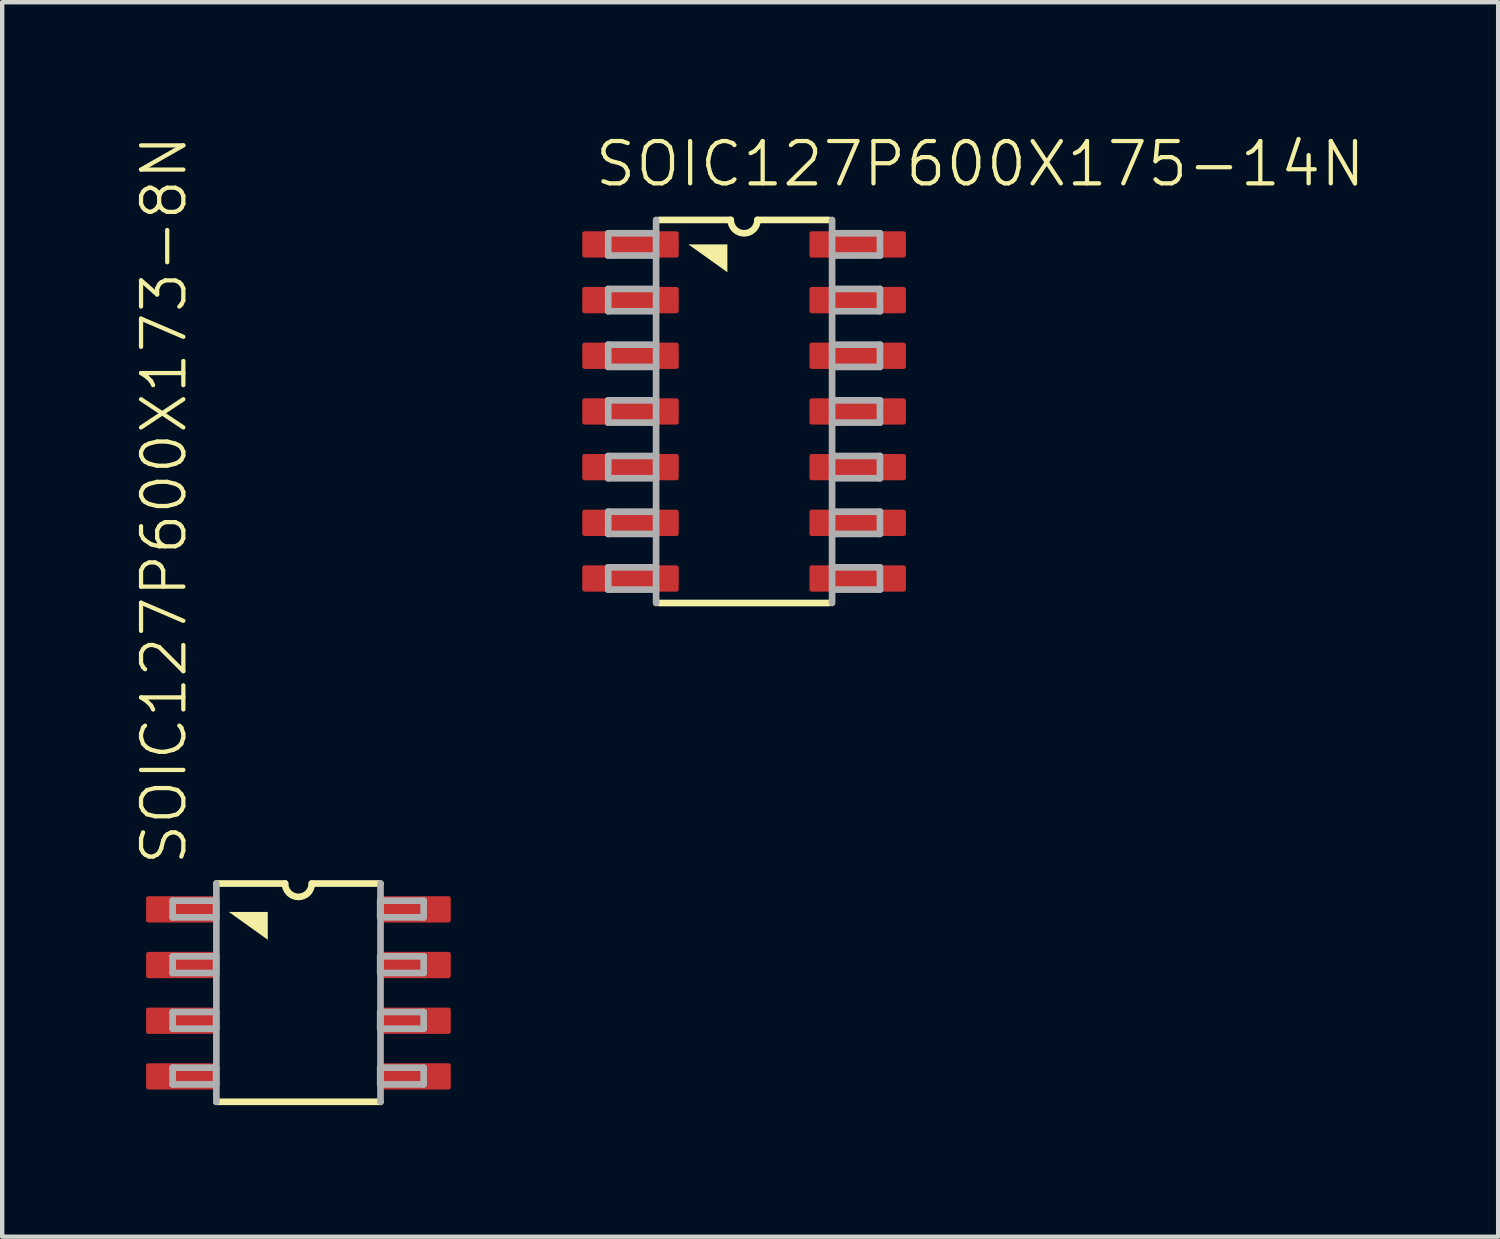
<source format=kicad_pcb>
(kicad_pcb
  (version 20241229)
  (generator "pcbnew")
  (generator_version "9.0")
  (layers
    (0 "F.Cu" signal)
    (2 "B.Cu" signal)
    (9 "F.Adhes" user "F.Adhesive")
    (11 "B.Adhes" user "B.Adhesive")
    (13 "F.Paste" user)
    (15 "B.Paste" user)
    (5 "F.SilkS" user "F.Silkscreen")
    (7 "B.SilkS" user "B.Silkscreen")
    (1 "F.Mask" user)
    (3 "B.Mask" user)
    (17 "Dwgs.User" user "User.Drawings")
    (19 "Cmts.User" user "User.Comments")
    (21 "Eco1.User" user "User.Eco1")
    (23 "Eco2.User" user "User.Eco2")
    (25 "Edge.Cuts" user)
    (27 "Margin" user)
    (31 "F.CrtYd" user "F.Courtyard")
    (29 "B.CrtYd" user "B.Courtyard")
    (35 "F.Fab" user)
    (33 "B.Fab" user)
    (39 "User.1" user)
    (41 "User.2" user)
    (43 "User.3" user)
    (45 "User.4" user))
  (footprint "SOIC127P600X173-8N"
    (layer "F.Cu")
    (at 3.757 19.592)
    (property "Reference" "SOIC127P600X173-8N" (at -2.502 -2.857 270) (layer "F.SilkS") (effects (font (size 0.965 0.965) (thickness 0.097)) (justify left bottom)))
    (attr through_hole)
    (fp_line (start -1.872 2.489) (end 1.872 2.489) (stroke (width 0.152) (type solid)) (layer "F.SilkS"))
    (fp_line (start -0.305 -2.489) (end -1.872 -2.489) (stroke (width 0.152) (type solid)) (layer "F.SilkS"))
    (fp_line (start 1.872 -2.489) (end 0.305 -2.489) (stroke (width 0.152) (type solid)) (layer "F.SilkS"))
    (fp_arc (start 0.3048 -2.4892) (mid 0 -2.1844) (end -0.3048 -2.4892) (stroke (width 0.1524) (type solid)) (layer "F.SilkS"))
    (fp_poly (pts (xy -1.587 -1.841) (xy -0.699 -1.841) (xy -0.699 -1.206)) (stroke (width 0) (type solid)) (fill yes) (layer "F.SilkS"))
    (fp_line (start -2.869 -2.099) (end -2.869 -1.718) (stroke (width 0.152) (type solid)) (layer "F.Fab"))
    (fp_line (start -2.869 -1.718) (end -1.878 -1.718) (stroke (width 0.152) (type solid)) (layer "F.Fab"))
    (fp_line (start -2.869 -0.829) (end -2.869 -0.448) (stroke (width 0.152) (type solid)) (layer "F.Fab"))
    (fp_line (start -2.869 -0.448) (end -1.878 -0.448) (stroke (width 0.152) (type solid)) (layer "F.Fab"))
    (fp_line (start -2.869 0.441) (end -2.869 0.822) (stroke (width 0.152) (type solid)) (layer "F.Fab"))
    (fp_line (start -2.869 0.822) (end -1.878 0.822) (stroke (width 0.152) (type solid)) (layer "F.Fab"))
    (fp_line (start -2.869 1.711) (end -2.869 2.092) (stroke (width 0.152) (type solid)) (layer "F.Fab"))
    (fp_line (start -2.869 2.092) (end -1.878 2.092) (stroke (width 0.152) (type solid)) (layer "F.Fab"))
    (fp_line (start -1.878 -2.099) (end -2.869 -2.099) (stroke (width 0.152) (type solid)) (layer "F.Fab"))
    (fp_line (start -1.878 -1.718) (end -1.878 -2.099) (stroke (width 0.152) (type solid)) (layer "F.Fab"))
    (fp_line (start -1.878 -0.829) (end -2.869 -0.829) (stroke (width 0.152) (type solid)) (layer "F.Fab"))
    (fp_line (start -1.878 -0.448) (end -1.878 -0.829) (stroke (width 0.152) (type solid)) (layer "F.Fab"))
    (fp_line (start -1.878 0.441) (end -2.869 0.441) (stroke (width 0.152) (type solid)) (layer "F.Fab"))
    (fp_line (start -1.878 0.822) (end -1.878 0.441) (stroke (width 0.152) (type solid)) (layer "F.Fab"))
    (fp_line (start -1.878 1.711) (end -2.869 1.711) (stroke (width 0.152) (type solid)) (layer "F.Fab"))
    (fp_line (start -1.878 2.092) (end -1.878 1.711) (stroke (width 0.152) (type solid)) (layer "F.Fab"))
    (fp_line (start -1.872 2.489) (end -1.872 -2.489) (stroke (width 0.152) (type solid)) (layer "F.Fab"))
    (fp_line (start 1.865 -2.099) (end 1.865 -1.718) (stroke (width 0.152) (type solid)) (layer "F.Fab"))
    (fp_line (start 1.865 -1.718) (end 2.856 -1.718) (stroke (width 0.152) (type solid)) (layer "F.Fab"))
    (fp_line (start 1.865 -0.829) (end 1.865 -0.448) (stroke (width 0.152) (type solid)) (layer "F.Fab"))
    (fp_line (start 1.865 -0.448) (end 2.856 -0.448) (stroke (width 0.152) (type solid)) (layer "F.Fab"))
    (fp_line (start 1.865 0.441) (end 1.865 0.822) (stroke (width 0.152) (type solid)) (layer "F.Fab"))
    (fp_line (start 1.865 0.822) (end 2.856 0.822) (stroke (width 0.152) (type solid)) (layer "F.Fab"))
    (fp_line (start 1.865 1.711) (end 1.865 2.092) (stroke (width 0.152) (type solid)) (layer "F.Fab"))
    (fp_line (start 1.865 2.092) (end 2.856 2.092) (stroke (width 0.152) (type solid)) (layer "F.Fab"))
    (fp_line (start 1.872 2.489) (end 1.872 -2.489) (stroke (width 0.152) (type solid)) (layer "F.Fab"))
    (fp_line (start 2.856 -2.099) (end 1.865 -2.099) (stroke (width 0.152) (type solid)) (layer "F.Fab"))
    (fp_line (start 2.856 -1.718) (end 2.856 -2.099) (stroke (width 0.152) (type solid)) (layer "F.Fab"))
    (fp_line (start 2.856 -0.829) (end 1.865 -0.829) (stroke (width 0.152) (type solid)) (layer "F.Fab"))
    (fp_line (start 2.856 -0.448) (end 2.856 -0.829) (stroke (width 0.152) (type solid)) (layer "F.Fab"))
    (fp_line (start 2.856 0.441) (end 1.865 0.441) (stroke (width 0.152) (type solid)) (layer "F.Fab"))
    (fp_line (start 2.856 0.822) (end 2.856 0.441) (stroke (width 0.152) (type solid)) (layer "F.Fab"))
    (fp_line (start 2.856 1.711) (end 1.865 1.711) (stroke (width 0.152) (type solid)) (layer "F.Fab"))
    (fp_line (start 2.856 2.092) (end 2.856 1.711) (stroke (width 0.152) (type solid)) (layer "F.Fab"))
    (pad "1" smd roundrect (at -2.7 -1.9) (size 1.55 0.6) (layers "F.Cu" "F.Mask" "F.Paste") (roundrect_rratio 0.085))
    (pad "2" smd roundrect (at -2.7 -0.63) (size 1.55 0.6) (layers "F.Cu" "F.Mask" "F.Paste") (roundrect_rratio 0.085))
    (pad "3" smd roundrect (at -2.7 0.64) (size 1.55 0.6) (layers "F.Cu" "F.Mask" "F.Paste") (roundrect_rratio 0.085))
    (pad "4" smd roundrect (at -2.7 1.91) (size 1.55 0.6) (layers "F.Cu" "F.Mask" "F.Paste") (roundrect_rratio 0.085))
    (pad "5" smd roundrect (at 2.7 1.91) (size 1.55 0.6) (layers "F.Cu" "F.Mask" "F.Paste") (roundrect_rratio 0.085))
    (pad "6" smd roundrect (at 2.7 0.64) (size 1.55 0.6) (layers "F.Cu" "F.Mask" "F.Paste") (roundrect_rratio 0.085))
    (pad "7" smd roundrect (at 2.7 -0.63) (size 1.55 0.6) (layers "F.Cu" "F.Mask" "F.Paste") (roundrect_rratio 0.085))
    (pad "8" smd roundrect (at 2.7 -1.9) (size 1.55 0.6) (layers "F.Cu" "F.Mask" "F.Paste") (roundrect_rratio 0.085)))
  (footprint "SOIC127P600X175-14N"
    (layer "F.Cu")
    (at 13.922 6.335)
    (property "Reference" "SOIC127P600X175-14N" (at -3.454 -5.08 180) (layer "F.SilkS") (effects (font (size 0.965 0.965) (thickness 0.097)) (justify left bottom)))
    (attr through_hole)
    (fp_line (start -1.93 4.369) (end 1.93 4.369) (stroke (width 0.152) (type solid)) (layer "F.SilkS"))
    (fp_line (start -0.305 -4.369) (end -1.93 -4.369) (stroke (width 0.152) (type solid)) (layer "F.SilkS"))
    (fp_line (start 1.93 -4.369) (end 0.305 -4.369) (stroke (width 0.152) (type solid)) (layer "F.SilkS"))
    (fp_arc (start 0.3048 -4.3688) (mid 0 -4.064) (end -0.3048 -4.3688) (stroke (width 0.1524) (type solid)) (layer "F.SilkS"))
    (fp_poly (pts (xy -1.27 -3.81) (xy -0.381 -3.81) (xy -0.381 -3.175)) (stroke (width 0) (type solid)) (fill yes) (layer "F.SilkS"))
    (fp_line (start -3.099 -4.064) (end -3.099 -3.556) (stroke (width 0.152) (type solid)) (layer "F.Fab"))
    (fp_line (start -3.099 -3.556) (end -2.007 -3.556) (stroke (width 0.152) (type solid)) (layer "F.Fab"))
    (fp_line (start -3.099 -2.794) (end -3.099 -2.286) (stroke (width 0.152) (type solid)) (layer "F.Fab"))
    (fp_line (start -3.099 -2.286) (end -2.007 -2.286) (stroke (width 0.152) (type solid)) (layer "F.Fab"))
    (fp_line (start -3.099 -1.524) (end -3.099 -1.016) (stroke (width 0.152) (type solid)) (layer "F.Fab"))
    (fp_line (start -3.099 -1.016) (end -2.007 -1.016) (stroke (width 0.152) (type solid)) (layer "F.Fab"))
    (fp_line (start -3.099 -0.254) (end -3.099 0.254) (stroke (width 0.152) (type solid)) (layer "F.Fab"))
    (fp_line (start -3.099 0.254) (end -2.007 0.254) (stroke (width 0.152) (type solid)) (layer "F.Fab"))
    (fp_line (start -3.099 1.016) (end -3.099 1.524) (stroke (width 0.152) (type solid)) (layer "F.Fab"))
    (fp_line (start -3.099 1.524) (end -2.007 1.524) (stroke (width 0.152) (type solid)) (layer "F.Fab"))
    (fp_line (start -3.099 2.286) (end -3.099 2.794) (stroke (width 0.152) (type solid)) (layer "F.Fab"))
    (fp_line (start -3.099 2.794) (end -2.007 2.794) (stroke (width 0.152) (type solid)) (layer "F.Fab"))
    (fp_line (start -3.099 3.556) (end -3.099 4.064) (stroke (width 0.152) (type solid)) (layer "F.Fab"))
    (fp_line (start -3.099 4.064) (end -2.007 4.064) (stroke (width 0.152) (type solid)) (layer "F.Fab"))
    (fp_line (start -2.007 -4.369) (end -2.007 4.369) (stroke (width 0.152) (type solid)) (layer "F.Fab"))
    (fp_line (start -2.007 -4.064) (end -3.099 -4.064) (stroke (width 0.152) (type solid)) (layer "F.Fab"))
    (fp_line (start -2.007 -3.556) (end -2.007 -4.064) (stroke (width 0.1) (type solid)) (layer "F.Fab"))
    (fp_line (start -2.007 -2.794) (end -3.099 -2.794) (stroke (width 0.152) (type solid)) (layer "F.Fab"))
    (fp_line (start -2.007 -2.286) (end -2.007 -2.794) (stroke (width 0.1) (type solid)) (layer "F.Fab"))
    (fp_line (start -2.007 -1.524) (end -3.099 -1.524) (stroke (width 0.152) (type solid)) (layer "F.Fab"))
    (fp_line (start -2.007 -1.016) (end -2.007 -1.524) (stroke (width 0.1) (type solid)) (layer "F.Fab"))
    (fp_line (start -2.007 -0.254) (end -3.099 -0.254) (stroke (width 0.152) (type solid)) (layer "F.Fab"))
    (fp_line (start -2.007 0.254) (end -2.007 -0.254) (stroke (width 0.1) (type solid)) (layer "F.Fab"))
    (fp_line (start -2.007 1.016) (end -3.099 1.016) (stroke (width 0.152) (type solid)) (layer "F.Fab"))
    (fp_line (start -2.007 1.524) (end -2.007 1.016) (stroke (width 0.1) (type solid)) (layer "F.Fab"))
    (fp_line (start -2.007 2.286) (end -3.099 2.286) (stroke (width 0.152) (type solid)) (layer "F.Fab"))
    (fp_line (start -2.007 2.794) (end -2.007 2.286) (stroke (width 0.1) (type solid)) (layer "F.Fab"))
    (fp_line (start -2.007 3.556) (end -3.099 3.556) (stroke (width 0.152) (type solid)) (layer "F.Fab"))
    (fp_line (start -2.007 4.064) (end -2.007 3.556) (stroke (width 0.1) (type solid)) (layer "F.Fab"))
    (fp_line (start 2.007 -4.064) (end 2.007 -3.556) (stroke (width 0.1) (type solid)) (layer "F.Fab"))
    (fp_line (start 2.007 -3.556) (end 3.099 -3.556) (stroke (width 0.152) (type solid)) (layer "F.Fab"))
    (fp_line (start 2.007 -2.794) (end 2.007 -2.286) (stroke (width 0.1) (type solid)) (layer "F.Fab"))
    (fp_line (start 2.007 -2.286) (end 3.099 -2.286) (stroke (width 0.152) (type solid)) (layer "F.Fab"))
    (fp_line (start 2.007 -1.524) (end 2.007 -1.016) (stroke (width 0.1) (type solid)) (layer "F.Fab"))
    (fp_line (start 2.007 -1.016) (end 3.099 -1.016) (stroke (width 0.152) (type solid)) (layer "F.Fab"))
    (fp_line (start 2.007 -0.254) (end 2.007 0.254) (stroke (width 0.1) (type solid)) (layer "F.Fab"))
    (fp_line (start 2.007 0.254) (end 3.099 0.254) (stroke (width 0.152) (type solid)) (layer "F.Fab"))
    (fp_line (start 2.007 1.016) (end 2.007 1.524) (stroke (width 0.1) (type solid)) (layer "F.Fab"))
    (fp_line (start 2.007 1.524) (end 3.099 1.524) (stroke (width 0.152) (type solid)) (layer "F.Fab"))
    (fp_line (start 2.007 2.286) (end 2.007 2.794) (stroke (width 0.1) (type solid)) (layer "F.Fab"))
    (fp_line (start 2.007 2.794) (end 3.099 2.794) (stroke (width 0.152) (type solid)) (layer "F.Fab"))
    (fp_line (start 2.007 3.556) (end 2.007 4.064) (stroke (width 0.1) (type solid)) (layer "F.Fab"))
    (fp_line (start 2.007 4.064) (end 3.099 4.064) (stroke (width 0.152) (type solid)) (layer "F.Fab"))
    (fp_line (start 2.007 4.369) (end 2.007 -4.369) (stroke (width 0.152) (type solid)) (layer "F.Fab"))
    (fp_line (start 3.099 -4.064) (end 2.007 -4.064) (stroke (width 0.152) (type solid)) (layer "F.Fab"))
    (fp_line (start 3.099 -3.556) (end 3.099 -4.064) (stroke (width 0.152) (type solid)) (layer "F.Fab"))
    (fp_line (start 3.099 -2.794) (end 2.007 -2.794) (stroke (width 0.152) (type solid)) (layer "F.Fab"))
    (fp_line (start 3.099 -2.286) (end 3.099 -2.794) (stroke (width 0.152) (type solid)) (layer "F.Fab"))
    (fp_line (start 3.099 -1.524) (end 2.007 -1.524) (stroke (width 0.152) (type solid)) (layer "F.Fab"))
    (fp_line (start 3.099 -1.016) (end 3.099 -1.524) (stroke (width 0.152) (type solid)) (layer "F.Fab"))
    (fp_line (start 3.099 -0.254) (end 2.007 -0.254) (stroke (width 0.152) (type solid)) (layer "F.Fab"))
    (fp_line (start 3.099 0.254) (end 3.099 -0.254) (stroke (width 0.152) (type solid)) (layer "F.Fab"))
    (fp_line (start 3.099 1.016) (end 2.007 1.016) (stroke (width 0.152) (type solid)) (layer "F.Fab"))
    (fp_line (start 3.099 1.524) (end 3.099 1.016) (stroke (width 0.152) (type solid)) (layer "F.Fab"))
    (fp_line (start 3.099 2.286) (end 2.007 2.286) (stroke (width 0.152) (type solid)) (layer "F.Fab"))
    (fp_line (start 3.099 2.794) (end 3.099 2.286) (stroke (width 0.152) (type solid)) (layer "F.Fab"))
    (fp_line (start 3.099 3.556) (end 2.007 3.556) (stroke (width 0.152) (type solid)) (layer "F.Fab"))
    (fp_line (start 3.099 4.064) (end 3.099 3.556) (stroke (width 0.152) (type solid)) (layer "F.Fab"))
    (pad "1" smd roundrect (at -2.591 -3.81) (size 2.2 0.6) (layers "F.Cu" "F.Mask" "F.Paste") (roundrect_rratio 0.085))
    (pad "2" smd roundrect (at -2.591 -2.54) (size 2.2 0.6) (layers "F.Cu" "F.Mask" "F.Paste") (roundrect_rratio 0.085))
    (pad "3" smd roundrect (at -2.591 -1.27) (size 2.2 0.6) (layers "F.Cu" "F.Mask" "F.Paste") (roundrect_rratio 0.085))
    (pad "4" smd roundrect (at -2.591 0) (size 2.2 0.6) (layers "F.Cu" "F.Mask" "F.Paste") (roundrect_rratio 0.085))
    (pad "5" smd roundrect (at -2.591 1.27) (size 2.2 0.6) (layers "F.Cu" "F.Mask" "F.Paste") (roundrect_rratio 0.085))
    (pad "6" smd roundrect (at -2.591 2.54) (size 2.2 0.6) (layers "F.Cu" "F.Mask" "F.Paste") (roundrect_rratio 0.085))
    (pad "7" smd roundrect (at -2.591 3.81) (size 2.2 0.6) (layers "F.Cu" "F.Mask" "F.Paste") (roundrect_rratio 0.085))
    (pad "8" smd roundrect (at 2.591 3.81) (size 2.2 0.6) (layers "F.Cu" "F.Mask" "F.Paste") (roundrect_rratio 0.085))
    (pad "9" smd roundrect (at 2.591 2.54) (size 2.2 0.6) (layers "F.Cu" "F.Mask" "F.Paste") (roundrect_rratio 0.085))
    (pad "10" smd roundrect (at 2.591 1.27) (size 2.2 0.6) (layers "F.Cu" "F.Mask" "F.Paste") (roundrect_rratio 0.085))
    (pad "11" smd roundrect (at 2.591 0) (size 2.2 0.6) (layers "F.Cu" "F.Mask" "F.Paste") (roundrect_rratio 0.085))
    (pad "12" smd roundrect (at 2.591 -1.27) (size 2.2 0.6) (layers "F.Cu" "F.Mask" "F.Paste") (roundrect_rratio 0.085))
    (pad "13" smd roundrect (at 2.591 -2.54) (size 2.2 0.6) (layers "F.Cu" "F.Mask" "F.Paste") (roundrect_rratio 0.085))
    (pad "14" smd roundrect (at 2.591 -3.81) (size 2.2 0.6) (layers "F.Cu" "F.Mask" "F.Paste") (roundrect_rratio 0.085)))
  (gr_rect
    (start -3 -3)
    (end 31.122 25.158)
    (stroke (width 0.1) (type default))
    (fill no)
    (layer "Edge.Cuts")))
</source>
